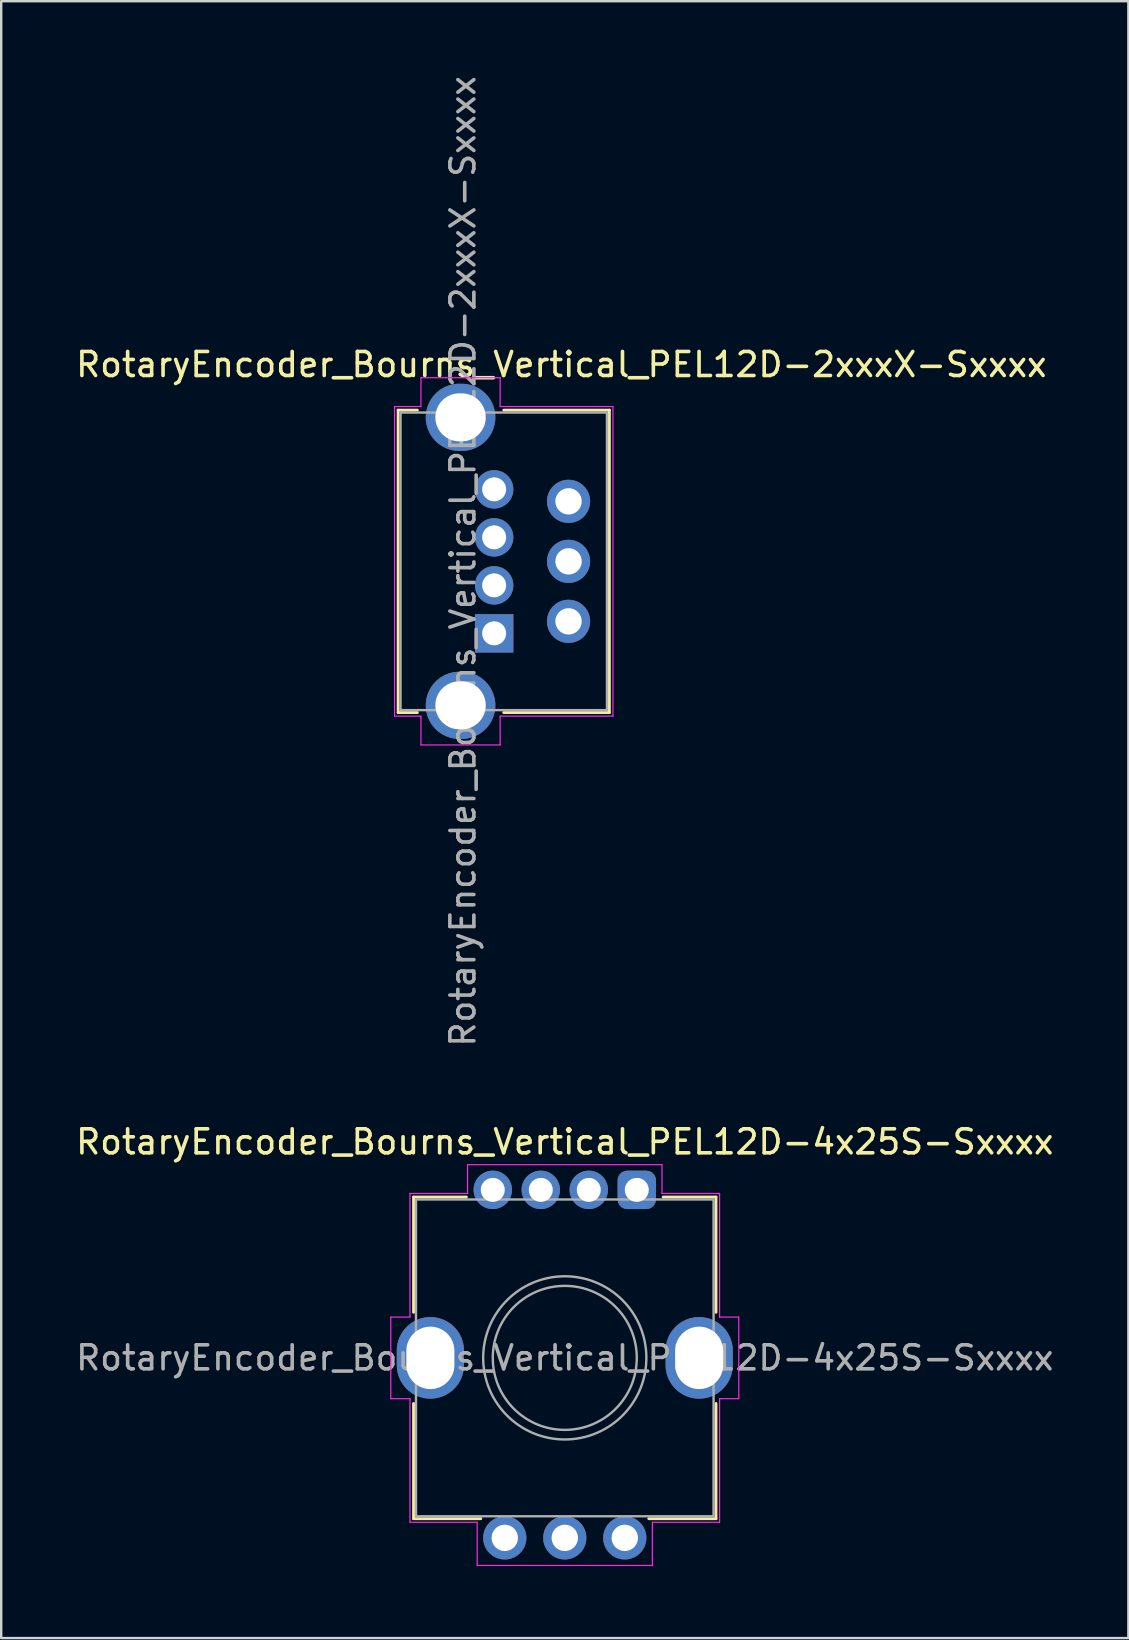
<source format=kicad_pcb>
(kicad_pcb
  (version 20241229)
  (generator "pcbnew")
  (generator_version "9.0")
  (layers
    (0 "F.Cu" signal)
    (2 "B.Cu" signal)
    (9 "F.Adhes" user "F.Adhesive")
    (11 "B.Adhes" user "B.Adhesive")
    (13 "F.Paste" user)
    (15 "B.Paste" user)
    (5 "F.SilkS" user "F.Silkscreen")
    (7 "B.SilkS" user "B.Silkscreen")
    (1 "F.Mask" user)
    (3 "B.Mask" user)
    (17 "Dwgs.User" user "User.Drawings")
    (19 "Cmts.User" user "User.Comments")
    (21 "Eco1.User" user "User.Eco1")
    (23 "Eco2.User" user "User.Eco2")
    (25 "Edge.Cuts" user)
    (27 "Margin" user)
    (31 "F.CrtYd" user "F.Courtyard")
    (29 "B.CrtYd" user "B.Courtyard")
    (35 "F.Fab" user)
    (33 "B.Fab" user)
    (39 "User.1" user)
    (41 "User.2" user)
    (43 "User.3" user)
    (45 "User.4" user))
  (footprint "RotaryEncoder_Bourns_Vertical_PEL12D-2xxxX-Sxxxx"
    (layer "F.Cu")
    (at 17.539 23.339)
    (property "Reference" "RotaryEncoder_Bourns_Vertical_PEL12D-2xxxX-Sxxxx" (at 2.8 -11.2 0) (layer "F.SilkS") (effects (font (size 1 1) (thickness 0.15))))
    (attr through_hole)
    (fp_line (start -4 -9.3) (end -4 3.3) (stroke (width 0.12) (type default)) (layer "F.SilkS"))
    (fp_line (start -4 3.3) (end -3.2 3.3) (stroke (width 0.12) (type default)) (layer "F.SilkS"))
    (fp_line (start -3.2 -9.3) (end -4 -9.3) (stroke (width 0.12) (type default)) (layer "F.SilkS"))
    (fp_line (start 0.4 3.3) (end 4.8 3.3) (stroke (width 0.12) (type default)) (layer "F.SilkS"))
    (fp_line (start 4.8 -9.3) (end 0.4 -9.3) (stroke (width 0.12) (type default)) (layer "F.SilkS"))
    (fp_line (start 4.8 3.3) (end 4.8 -9.3) (stroke (width 0.12) (type default)) (layer "F.SilkS"))
    (fp_line (start -4.15 -9.45) (end -4.15 3.45) (stroke (width 0.05) (type default)) (layer "F.CrtYd"))
    (fp_line (start -4.15 3.45) (end -3.05 3.45) (stroke (width 0.05) (type default)) (layer "F.CrtYd"))
    (fp_line (start -3.05 -10.65) (end -3.05 -9.45) (stroke (width 0.05) (type default)) (layer "F.CrtYd"))
    (fp_line (start -3.05 -9.45) (end -4.15 -9.45) (stroke (width 0.05) (type default)) (layer "F.CrtYd"))
    (fp_line (start -3.05 3.45) (end -3.05 4.65) (stroke (width 0.05) (type default)) (layer "F.CrtYd"))
    (fp_line (start -3.05 4.65) (end 0.25 4.65) (stroke (width 0.05) (type default)) (layer "F.CrtYd"))
    (fp_line (start 0.25 -10.65) (end -3.05 -10.65) (stroke (width 0.05) (type default)) (layer "F.CrtYd"))
    (fp_line (start 0.25 -9.45) (end 0.25 -10.65) (stroke (width 0.05) (type default)) (layer "F.CrtYd"))
    (fp_line (start 0.25 3.45) (end 4.95 3.45) (stroke (width 0.05) (type default)) (layer "F.CrtYd"))
    (fp_line (start 0.25 4.65) (end 0.25 3.45) (stroke (width 0.05) (type default)) (layer "F.CrtYd"))
    (fp_line (start 4.95 -9.45) (end 0.25 -9.45) (stroke (width 0.05) (type default)) (layer "F.CrtYd"))
    (fp_line (start 4.95 3.45) (end 4.95 -9.45) (stroke (width 0.05) (type default)) (layer "F.CrtYd"))
    (fp_rect (start -3.9 -9.2) (end 4.7 3.2) (stroke (width 0.1) (type default)) (fill no) (layer "F.Fab"))
    (fp_text user "${REFERENCE}" (at -1.3 -3 90) (layer "F.Fab") (effects (font (size 1 1) (thickness 0.15))))
    (pad "1" thru_hole rect (at 0 0) (size 1.6 1.6) (drill 1) (layers "*.Cu" "*.Mask"))
    (pad "2" thru_hole circle (at 0 -2) (size 1.6 1.6) (drill 1) (layers "*.Cu" "*.Mask"))
    (pad "3" thru_hole circle (at 0 -4) (size 1.6 1.6) (drill 1) (layers "*.Cu" "*.Mask"))
    (pad "4" thru_hole circle (at 0 -6) (size 1.6 1.6) (drill 1) (layers "*.Cu" "*.Mask"))
    (pad "5" thru_hole circle (at 3.1 -0.5) (size 1.8 1.8) (drill 1.1) (layers "*.Cu" "*.Mask"))
    (pad "6" thru_hole circle (at 3.1 -3) (size 1.8 1.8) (drill 1.1) (layers "*.Cu" "*.Mask"))
    (pad "7" thru_hole circle (at 3.1 -5.5) (size 1.8 1.8) (drill 1.1) (layers "*.Cu" "*.Mask"))
    (pad "SH" thru_hole oval (at -1.4 -9) (size 2.9 2.8) (drill oval 2.1 2) (layers "*.Cu" "*.Mask"))
    (pad "SH" thru_hole oval (at -1.4 3) (size 2.9 2.8) (drill oval 2.1 2) (layers "*.Cu" "*.Mask")))
  (footprint "RotaryEncoder_Bourns_Vertical_PEL12D-4x25S-Sxxxx"
    (layer "F.Cu")
    (at 23.482 46.527)
    (property "Reference" "RotaryEncoder_Bourns_Vertical_PEL12D-4x25S-Sxxxx" (at -3 -2 0) (layer "F.SilkS") (effects (font (size 1 1) (thickness 0.15))))
    (attr through_hole)
    (fp_line (start -9.3 0.3) (end -9.3 5.1) (stroke (width 0.12) (type default)) (layer "F.SilkS"))
    (fp_line (start -9.3 13.7) (end -9.3 8.9) (stroke (width 0.12) (type default)) (layer "F.SilkS"))
    (fp_line (start -7.1 0.3) (end -9.3 0.3) (stroke (width 0.12) (type default)) (layer "F.SilkS"))
    (fp_line (start -6.5 13.7) (end -9.3 13.7) (stroke (width 0.12) (type default)) (layer "F.SilkS"))
    (fp_line (start 3.3 0.3) (end 1.1 0.3) (stroke (width 0.12) (type default)) (layer "F.SilkS"))
    (fp_line (start 3.3 5.1) (end 3.3 0.3) (stroke (width 0.12) (type default)) (layer "F.SilkS"))
    (fp_line (start 3.3 8.9) (end 3.3 13.7) (stroke (width 0.12) (type default)) (layer "F.SilkS"))
    (fp_line (start 3.3 13.7) (end 0.5 13.7) (stroke (width 0.12) (type default)) (layer "F.SilkS"))
    (fp_line (start -10.25 5.3) (end -10.25 8.7) (stroke (width 0.05) (type default)) (layer "F.CrtYd"))
    (fp_line (start -10.25 8.7) (end -9.45 8.7) (stroke (width 0.05) (type default)) (layer "F.CrtYd"))
    (fp_line (start -9.45 0.15) (end -9.45 5.3) (stroke (width 0.05) (type default)) (layer "F.CrtYd"))
    (fp_line (start -9.45 5.3) (end -10.25 5.3) (stroke (width 0.05) (type default)) (layer "F.CrtYd"))
    (fp_line (start -9.45 8.7) (end -9.45 13.85) (stroke (width 0.05) (type default)) (layer "F.CrtYd"))
    (fp_line (start -9.45 13.85) (end -6.65 13.85) (stroke (width 0.05) (type default)) (layer "F.CrtYd"))
    (fp_line (start -7.05 -1.05) (end -7.05 0.15) (stroke (width 0.05) (type default)) (layer "F.CrtYd"))
    (fp_line (start -7.05 0.15) (end -9.45 0.15) (stroke (width 0.05) (type default)) (layer "F.CrtYd"))
    (fp_line (start -6.65 13.85) (end -6.65 15.65) (stroke (width 0.05) (type default)) (layer "F.CrtYd"))
    (fp_line (start -6.65 15.65) (end 0.65 15.65) (stroke (width 0.05) (type default)) (layer "F.CrtYd"))
    (fp_line (start 0.65 13.85) (end 3.45 13.85) (stroke (width 0.05) (type default)) (layer "F.CrtYd"))
    (fp_line (start 0.65 15.65) (end 0.65 13.85) (stroke (width 0.05) (type default)) (layer "F.CrtYd"))
    (fp_line (start 1.05 -1.05) (end -7.05 -1.05) (stroke (width 0.05) (type default)) (layer "F.CrtYd"))
    (fp_line (start 1.05 0.15) (end 1.05 -1.05) (stroke (width 0.05) (type default)) (layer "F.CrtYd"))
    (fp_line (start 3.45 0.15) (end 1.05 0.15) (stroke (width 0.05) (type default)) (layer "F.CrtYd"))
    (fp_line (start 3.45 5.3) (end 3.45 0.15) (stroke (width 0.05) (type default)) (layer "F.CrtYd"))
    (fp_line (start 3.45 8.7) (end 4.25 8.7) (stroke (width 0.05) (type default)) (layer "F.CrtYd"))
    (fp_line (start 3.45 13.85) (end 3.45 8.7) (stroke (width 0.05) (type default)) (layer "F.CrtYd"))
    (fp_line (start 4.25 5.3) (end 3.45 5.3) (stroke (width 0.05) (type default)) (layer "F.CrtYd"))
    (fp_line (start 4.25 8.7) (end 4.25 5.3) (stroke (width 0.05) (type default)) (layer "F.CrtYd"))
    (fp_rect (start -9.2 0.4) (end 3.2 13.6) (stroke (width 0.1) (type default)) (fill no) (layer "F.Fab"))
    (fp_circle (center -3 7) (end 0 7) (stroke (width 0.1) (type default)) (fill no) (layer "F.Fab"))
    (fp_circle (center -3 7) (end 0.4 7) (stroke (width 0.1) (type solid)) (fill no) (layer "F.Fab"))
    (fp_text user "${REFERENCE}" (at -3 7 0) (layer "F.Fab") (effects (font (size 1 1) (thickness 0.15))))
    (pad "1" thru_hole roundrect (at 0 0) (size 1.6 1.6) (drill 1) (layers "*.Cu" "*.Mask") (roundrect_rratio 0.25))
    (pad "2" thru_hole circle (at -2 0) (size 1.6 1.6) (drill 1) (layers "*.Cu" "*.Mask"))
    (pad "3" thru_hole circle (at -4 0) (size 1.6 1.6) (drill 1) (layers "*.Cu" "*.Mask"))
    (pad "4" thru_hole circle (at -6 0) (size 1.6 1.6) (drill 1) (layers "*.Cu" "*.Mask"))
    (pad "A" thru_hole circle (at -5.5 14.5) (size 1.8 1.8) (drill 1.1) (layers "*.Cu" "*.Mask"))
    (pad "B" thru_hole circle (at -3 14.5) (size 1.8 1.8) (drill 1.1) (layers "*.Cu" "*.Mask"))
    (pad "C" thru_hole circle (at -0.5 14.5) (size 1.8 1.8) (drill 1.1) (layers "*.Cu" "*.Mask"))
    (pad "SH" thru_hole oval (at -8.6 7 90) (size 3.4 2.8) (drill oval 2.6 2) (layers "*.Cu" "*.Mask"))
    (pad "SH" thru_hole oval (at 2.6 7) (size 2.8 3.4) (drill oval 2 2.6) (layers "*.Cu" "*.Mask")))
  (gr_rect
    (start -3 -3)
    (end 43.964 65.202)
    (stroke (width 0.1) (type default))
    (fill no)
    (layer "Edge.Cuts")))
</source>
